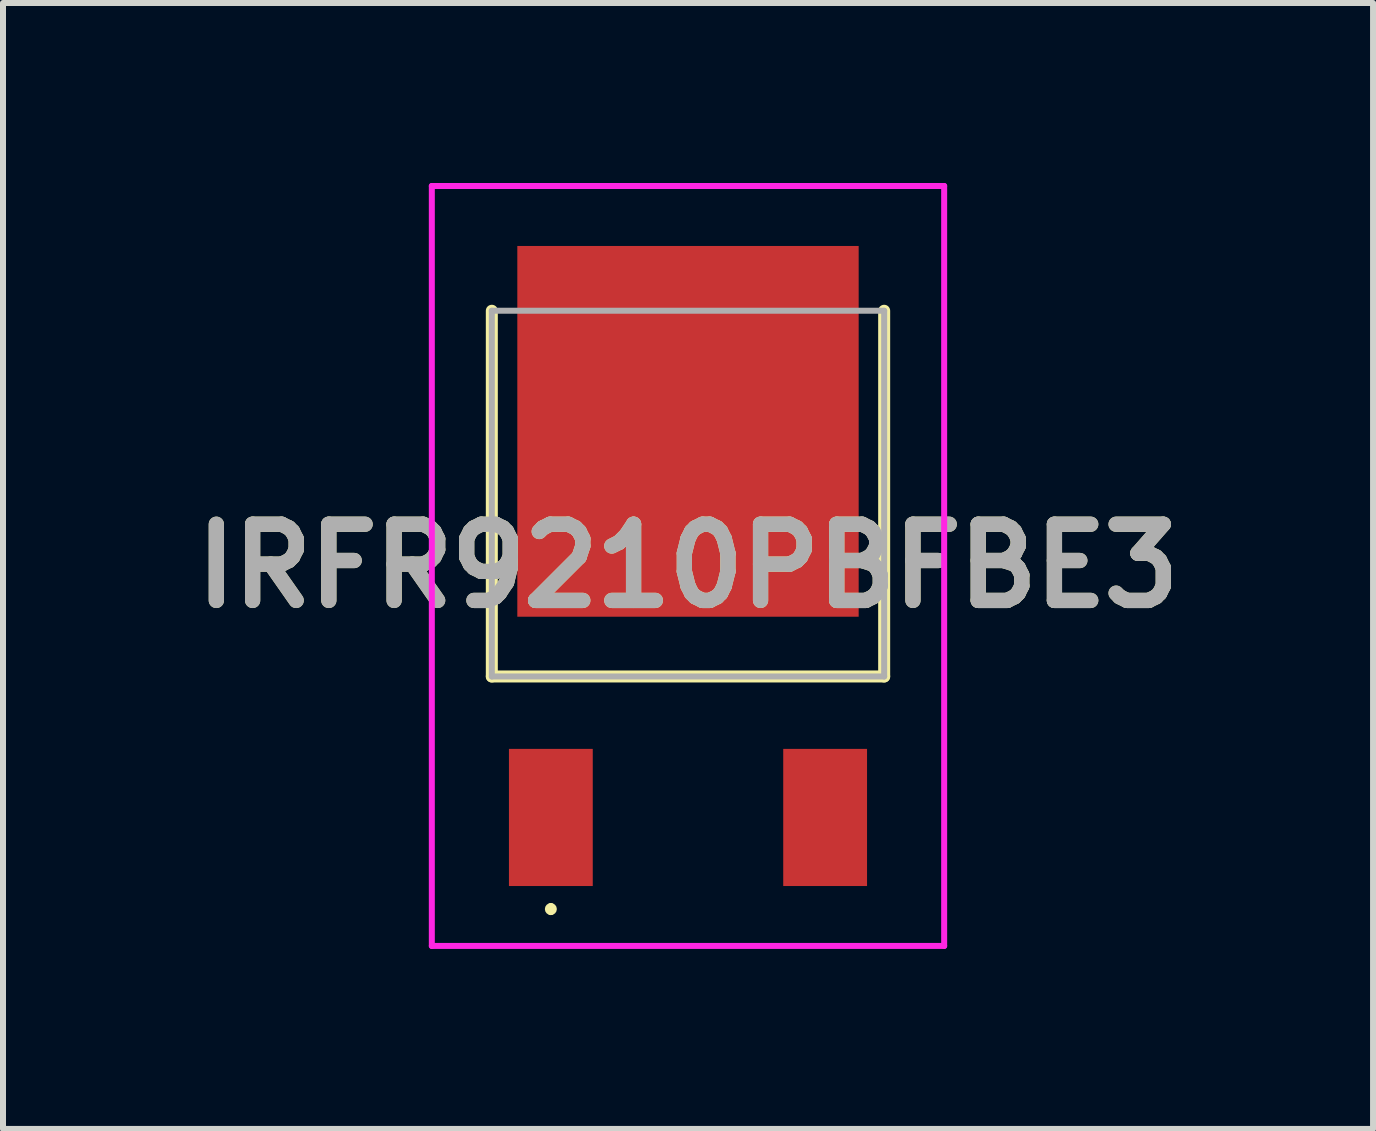
<source format=kicad_pcb>
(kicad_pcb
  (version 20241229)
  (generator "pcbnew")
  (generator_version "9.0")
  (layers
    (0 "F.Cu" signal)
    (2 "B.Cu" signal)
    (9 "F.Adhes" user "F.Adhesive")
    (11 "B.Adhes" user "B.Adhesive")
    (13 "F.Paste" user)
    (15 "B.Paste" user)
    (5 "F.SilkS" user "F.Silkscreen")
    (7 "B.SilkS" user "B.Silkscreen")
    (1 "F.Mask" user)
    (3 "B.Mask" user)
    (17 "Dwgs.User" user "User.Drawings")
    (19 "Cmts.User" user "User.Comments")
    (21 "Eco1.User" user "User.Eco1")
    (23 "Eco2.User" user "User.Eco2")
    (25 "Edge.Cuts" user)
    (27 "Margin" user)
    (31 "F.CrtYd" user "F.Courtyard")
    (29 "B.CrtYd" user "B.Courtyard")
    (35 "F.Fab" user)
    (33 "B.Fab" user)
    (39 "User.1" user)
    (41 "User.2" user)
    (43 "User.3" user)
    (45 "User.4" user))
  (footprint "IRFR9210PBFBE3"
    (layer "F.Cu")
    (at 8.418 6.353)
    (property "Reference" "IRFR9210PBFBE3" (at 0 0.031 0) (layer "F.SilkS") (effects (font (size 1.27 1.27) (thickness 0.254))))
    (attr smd)
    (fp_line (start -3.27 -4.223) (end -3.27 1.873) (stroke (width 0.2) (type solid)) (layer "F.SilkS"))
    (fp_line (start -3.27 1.873) (end 3.27 1.873) (stroke (width 0.2) (type solid)) (layer "F.SilkS"))
    (fp_line (start -2.286 5.7) (end -2.286 5.7) (stroke (width 0.1) (type solid)) (layer "F.SilkS"))
    (fp_line (start -2.286 5.8) (end -2.286 5.8) (stroke (width 0.1) (type solid)) (layer "F.SilkS"))
    (fp_line (start 3.27 1.873) (end 3.27 -4.223) (stroke (width 0.2) (type solid)) (layer "F.SilkS"))
    (fp_arc (start -2.286 5.7) (mid -2.236 5.75) (end -2.286 5.8) (stroke (width 0.1) (type solid)) (layer "F.SilkS"))
    (fp_arc (start -2.286 5.8) (mid -2.336 5.75) (end -2.286 5.7) (stroke (width 0.1) (type solid)) (layer "F.SilkS"))
    (fp_line (start -4.27 -6.303) (end 4.27 -6.303) (stroke (width 0.1) (type solid)) (layer "F.CrtYd"))
    (fp_line (start -4.27 6.365) (end -4.27 -6.303) (stroke (width 0.1) (type solid)) (layer "F.CrtYd"))
    (fp_line (start 4.27 -6.303) (end 4.27 6.365) (stroke (width 0.1) (type solid)) (layer "F.CrtYd"))
    (fp_line (start 4.27 6.365) (end -4.27 6.365) (stroke (width 0.1) (type solid)) (layer "F.CrtYd"))
    (fp_line (start -3.27 -4.223) (end -3.27 1.873) (stroke (width 0.1) (type solid)) (layer "F.Fab"))
    (fp_line (start -3.27 1.873) (end 3.27 1.873) (stroke (width 0.1) (type solid)) (layer "F.Fab"))
    (fp_line (start 3.27 -4.223) (end -3.27 -4.223) (stroke (width 0.1) (type solid)) (layer "F.Fab"))
    (fp_line (start 3.27 1.873) (end 3.27 -4.223) (stroke (width 0.1) (type solid)) (layer "F.Fab"))
    (fp_text user "${REFERENCE}" (at 0 0.031 0) (layer "F.Fab") (effects (font (size 1.27 1.27) (thickness 0.254))))
    (pad "1" smd rect (at -2.286 4.223) (size 1.397 2.286) (layers "F.Cu" "F.Mask" "F.Paste"))
    (pad "2" smd rect (at 0 -2.213) (size 5.69 6.18) (layers "F.Cu" "F.Mask" "F.Paste"))
    (pad "3" smd rect (at 2.286 4.223) (size 1.397 2.286) (layers "F.Cu" "F.Mask" "F.Paste")))
  (gr_rect
    (start -3 -3)
    (end 19.837 15.768)
    (stroke (width 0.1) (type default))
    (fill no)
    (layer "Edge.Cuts")))
</source>
